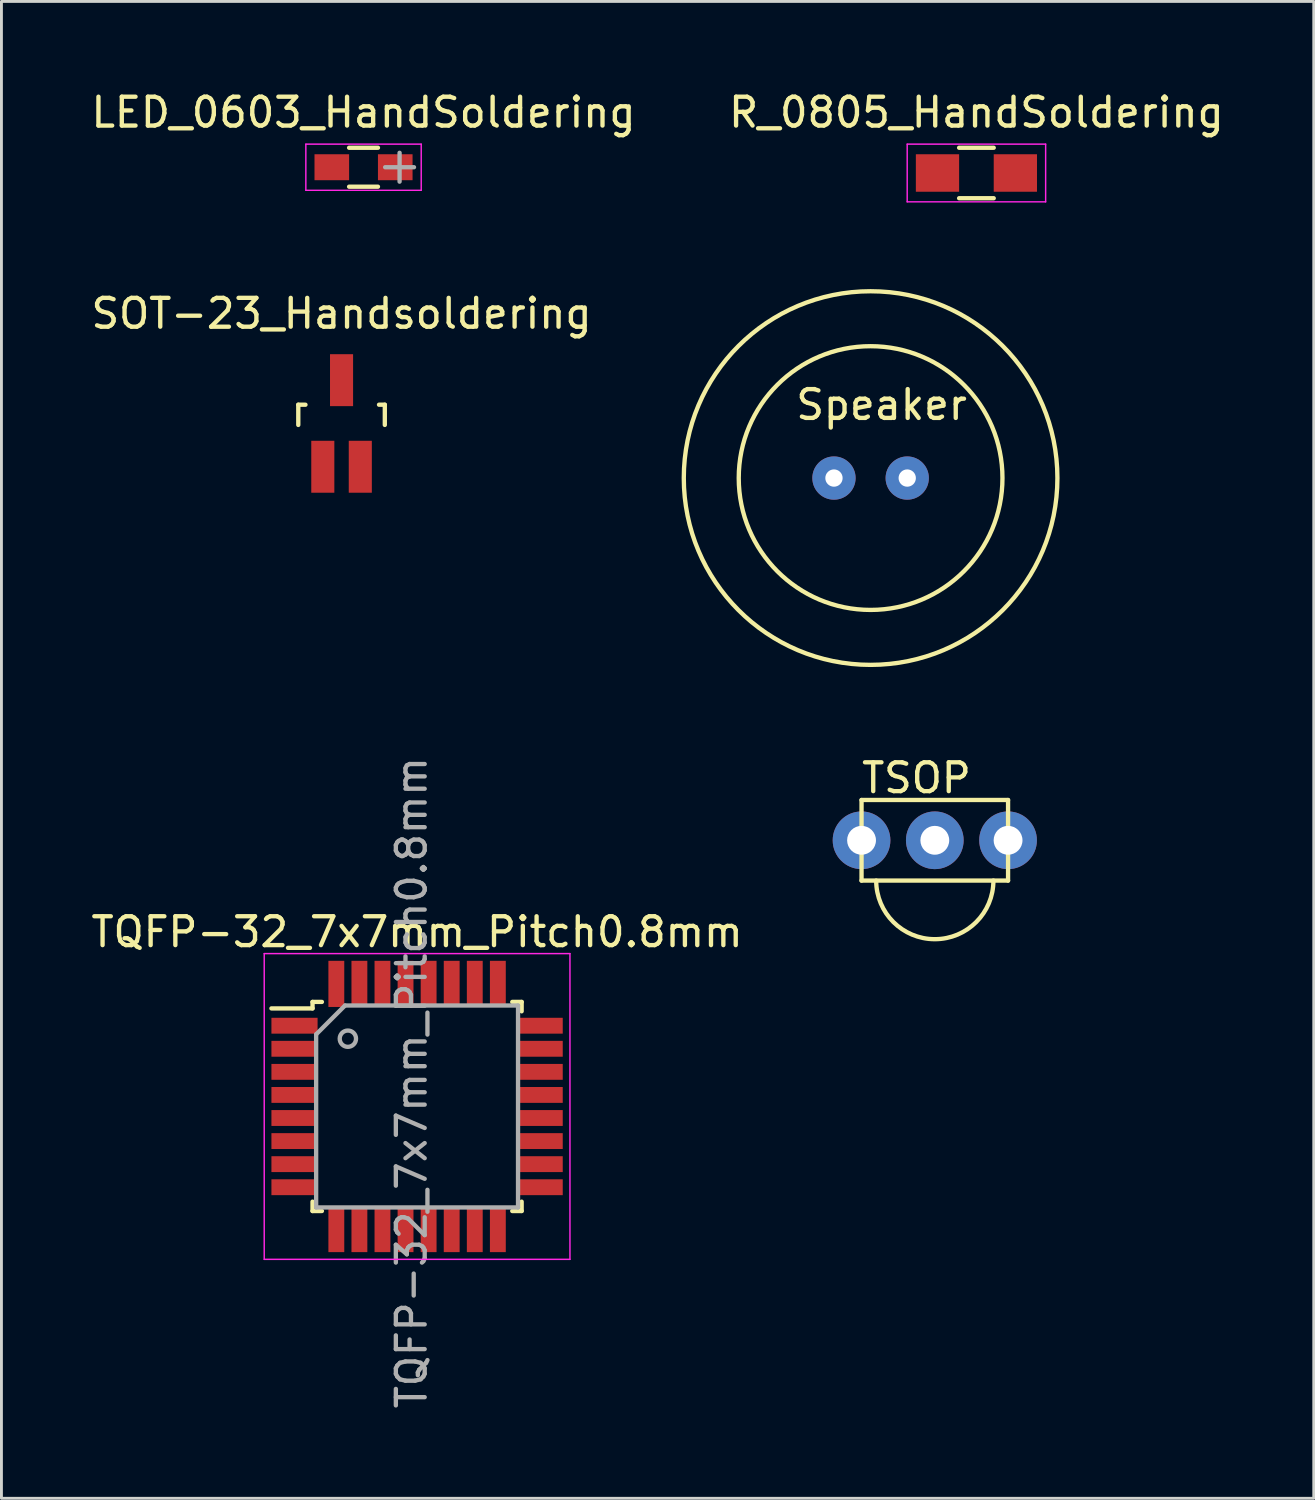
<source format=kicad_pcb>
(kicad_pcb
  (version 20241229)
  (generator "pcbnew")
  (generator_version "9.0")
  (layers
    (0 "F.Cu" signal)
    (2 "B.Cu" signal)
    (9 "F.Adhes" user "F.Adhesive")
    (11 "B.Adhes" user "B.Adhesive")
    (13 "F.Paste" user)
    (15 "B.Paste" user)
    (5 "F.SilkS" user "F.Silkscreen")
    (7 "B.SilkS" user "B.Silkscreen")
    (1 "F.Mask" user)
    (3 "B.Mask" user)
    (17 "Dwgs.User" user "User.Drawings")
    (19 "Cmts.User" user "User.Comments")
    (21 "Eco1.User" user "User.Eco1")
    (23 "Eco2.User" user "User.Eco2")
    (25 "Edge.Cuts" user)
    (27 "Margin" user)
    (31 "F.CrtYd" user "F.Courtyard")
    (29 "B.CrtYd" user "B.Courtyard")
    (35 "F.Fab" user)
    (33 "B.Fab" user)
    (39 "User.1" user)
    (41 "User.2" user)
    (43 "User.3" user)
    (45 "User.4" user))
  (footprint "R_0805_HandSoldering"
    (layer "F.Cu")
    (at 30.804 2.948)
    (property "Reference" "R_0805_HandSoldering" (at 0 -2.1 0) (layer "F.SilkS") (effects (font (size 1 1) (thickness 0.15))))
    (attr smd)
    (fp_line (start -0.6 -0.875) (end 0.6 -0.875) (stroke (width 0.15) (type solid)) (layer "F.SilkS"))
    (fp_line (start 0.6 0.875) (end -0.6 0.875) (stroke (width 0.15) (type solid)) (layer "F.SilkS"))
    (fp_line (start -2.4 -1) (end -2.4 1) (stroke (width 0.05) (type solid)) (layer "F.CrtYd"))
    (fp_line (start -2.4 -1) (end 2.4 -1) (stroke (width 0.05) (type solid)) (layer "F.CrtYd"))
    (fp_line (start -2.4 1) (end 2.4 1) (stroke (width 0.05) (type solid)) (layer "F.CrtYd"))
    (fp_line (start 2.4 -1) (end 2.4 1) (stroke (width 0.05) (type solid)) (layer "F.CrtYd"))
    (pad "1" smd rect (at -1.35 0) (size 1.5 1.3) (layers "F.Cu" "F.Mask" "F.Paste"))
    (pad "2" smd rect (at 1.35 0) (size 1.5 1.3) (layers "F.Cu" "F.Mask" "F.Paste")))
  (footprint "LED_0603_HandSoldering"
    (layer "F.Cu")
    (at 9.554 2.748)
    (property "Reference" "LED_0603_HandSoldering" (at 0 -1.9 0) (layer "F.SilkS") (effects (font (size 1 1) (thickness 0.15))))
    (attr smd)
    (fp_line (start -0.5 -0.675) (end 0.5 -0.675) (stroke (width 0.15) (type solid)) (layer "F.SilkS"))
    (fp_line (start 0.5 0.675) (end -0.5 0.675) (stroke (width 0.15) (type solid)) (layer "F.SilkS"))
    (fp_line (start -2 -0.8) (end -2 0.8) (stroke (width 0.05) (type solid)) (layer "F.CrtYd"))
    (fp_line (start -2 -0.8) (end 2 -0.8) (stroke (width 0.05) (type solid)) (layer "F.CrtYd"))
    (fp_line (start -2 0.8) (end 2 0.8) (stroke (width 0.05) (type solid)) (layer "F.CrtYd"))
    (fp_line (start 2 -0.8) (end 2 0.8) (stroke (width 0.05) (type solid)) (layer "F.CrtYd"))
    (fp_line (start 0.75 0) (end 1.75 0) (stroke (width 0.15) (type solid)) (layer "F.Fab"))
    (fp_line (start 1.25 -0.5) (end 1.25 0.5) (stroke (width 0.15) (type solid)) (layer "F.Fab"))
    (pad "1" smd rect (at -1.1 0) (size 1.2 0.9) (layers "F.Cu" "F.Mask" "F.Paste"))
    (pad "2" smd rect (at 1.1 0) (size 1.2 0.9) (layers "F.Cu" "F.Mask" "F.Paste")))
  (footprint "TQFP-32_7x7mm_Pitch0.8mm"
    (layer "F.Cu")
    (at 11.411 35.313)
    (property "Reference" "TQFP-32_7x7mm_Pitch0.8mm" (at 0 -6.05 0) (layer "F.SilkS") (effects (font (size 1 1) (thickness 0.15))))
    (attr smd)
    (fp_line (start -3.625 -3.625) (end -3.625 -3.4) (stroke (width 0.15) (type solid)) (layer "F.SilkS"))
    (fp_line (start -3.625 -3.625) (end -3.3 -3.625) (stroke (width 0.15) (type solid)) (layer "F.SilkS"))
    (fp_line (start -3.625 -3.4) (end -5.05 -3.4) (stroke (width 0.15) (type solid)) (layer "F.SilkS"))
    (fp_line (start -3.625 3.625) (end -3.625 3.3) (stroke (width 0.15) (type solid)) (layer "F.SilkS"))
    (fp_line (start -3.625 3.625) (end -3.3 3.625) (stroke (width 0.15) (type solid)) (layer "F.SilkS"))
    (fp_line (start 3.625 -3.625) (end 3.3 -3.625) (stroke (width 0.15) (type solid)) (layer "F.SilkS"))
    (fp_line (start 3.625 -3.625) (end 3.625 -3.3) (stroke (width 0.15) (type solid)) (layer "F.SilkS"))
    (fp_line (start 3.625 3.625) (end 3.3 3.625) (stroke (width 0.15) (type solid)) (layer "F.SilkS"))
    (fp_line (start 3.625 3.625) (end 3.625 3.3) (stroke (width 0.15) (type solid)) (layer "F.SilkS"))
    (fp_line (start -5.3 -5.3) (end -5.3 5.3) (stroke (width 0.05) (type solid)) (layer "F.CrtYd"))
    (fp_line (start -5.3 -5.3) (end 5.3 -5.3) (stroke (width 0.05) (type solid)) (layer "F.CrtYd"))
    (fp_line (start -5.3 5.3) (end 5.3 5.3) (stroke (width 0.05) (type solid)) (layer "F.CrtYd"))
    (fp_line (start 5.3 -5.3) (end 5.3 5.3) (stroke (width 0.05) (type solid)) (layer "F.CrtYd"))
    (fp_line (start -3.5 -2.5) (end -2.5 -3.5) (stroke (width 0.15) (type solid)) (layer "F.Fab"))
    (fp_line (start -3.5 3.5) (end -3.5 -2.5) (stroke (width 0.15) (type solid)) (layer "F.Fab"))
    (fp_line (start -2.5 -3.5) (end 3.5 -3.5) (stroke (width 0.15) (type solid)) (layer "F.Fab"))
    (fp_line (start 3.5 -3.5) (end 3.5 3.5) (stroke (width 0.15) (type solid)) (layer "F.Fab"))
    (fp_line (start 3.5 3.5) (end -3.5 3.5) (stroke (width 0.15) (type solid)) (layer "F.Fab"))
    (fp_circle (center -2.4 -2.35) (end -2.2 -2.15) (stroke (width 0.15) (type solid)) (fill no) (layer "F.Fab"))
    (fp_text user "${REFERENCE}" (at -0.191 -0.826 270) (layer "F.Fab") (effects (font (size 1 1) (thickness 0.15))))
    (pad "1" smd rect (at -4.25 -2.8) (size 1.6 0.55) (layers "F.Cu" "F.Mask" "F.Paste"))
    (pad "2" smd rect (at -4.25 -2) (size 1.6 0.55) (layers "F.Cu" "F.Mask" "F.Paste"))
    (pad "3" smd rect (at -4.25 -1.2) (size 1.6 0.55) (layers "F.Cu" "F.Mask" "F.Paste"))
    (pad "4" smd rect (at -4.25 -0.4) (size 1.6 0.55) (layers "F.Cu" "F.Mask" "F.Paste"))
    (pad "5" smd rect (at -4.25 0.4) (size 1.6 0.55) (layers "F.Cu" "F.Mask" "F.Paste"))
    (pad "6" smd rect (at -4.25 1.2) (size 1.6 0.55) (layers "F.Cu" "F.Mask" "F.Paste"))
    (pad "7" smd rect (at -4.25 2) (size 1.6 0.55) (layers "F.Cu" "F.Mask" "F.Paste"))
    (pad "8" smd rect (at -4.25 2.8) (size 1.6 0.55) (layers "F.Cu" "F.Mask" "F.Paste"))
    (pad "9" smd rect (at -2.8 4.25 90) (size 1.6 0.55) (layers "F.Cu" "F.Mask" "F.Paste"))
    (pad "10" smd rect (at -2 4.25 90) (size 1.6 0.55) (layers "F.Cu" "F.Mask" "F.Paste"))
    (pad "11" smd rect (at -1.2 4.25 90) (size 1.6 0.55) (layers "F.Cu" "F.Mask" "F.Paste"))
    (pad "12" smd rect (at -0.4 4.25 90) (size 1.6 0.55) (layers "F.Cu" "F.Mask" "F.Paste"))
    (pad "13" smd rect (at 0.4 4.25 90) (size 1.6 0.55) (layers "F.Cu" "F.Mask" "F.Paste"))
    (pad "14" smd rect (at 1.2 4.25 90) (size 1.6 0.55) (layers "F.Cu" "F.Mask" "F.Paste"))
    (pad "15" smd rect (at 2 4.25 90) (size 1.6 0.55) (layers "F.Cu" "F.Mask" "F.Paste"))
    (pad "16" smd rect (at 2.8 4.25 90) (size 1.6 0.55) (layers "F.Cu" "F.Mask" "F.Paste"))
    (pad "17" smd rect (at 4.25 2.8) (size 1.6 0.55) (layers "F.Cu" "F.Mask" "F.Paste"))
    (pad "18" smd rect (at 4.25 2) (size 1.6 0.55) (layers "F.Cu" "F.Mask" "F.Paste"))
    (pad "19" smd rect (at 4.25 1.2) (size 1.6 0.55) (layers "F.Cu" "F.Mask" "F.Paste"))
    (pad "20" smd rect (at 4.25 0.4) (size 1.6 0.55) (layers "F.Cu" "F.Mask" "F.Paste"))
    (pad "21" smd rect (at 4.25 -0.4) (size 1.6 0.55) (layers "F.Cu" "F.Mask" "F.Paste"))
    (pad "22" smd rect (at 4.25 -1.2) (size 1.6 0.55) (layers "F.Cu" "F.Mask" "F.Paste"))
    (pad "23" smd rect (at 4.25 -2) (size 1.6 0.55) (layers "F.Cu" "F.Mask" "F.Paste"))
    (pad "24" smd rect (at 4.25 -2.8) (size 1.6 0.55) (layers "F.Cu" "F.Mask" "F.Paste"))
    (pad "25" smd rect (at 2.8 -4.25 90) (size 1.6 0.55) (layers "F.Cu" "F.Mask" "F.Paste"))
    (pad "26" smd rect (at 2 -4.25 90) (size 1.6 0.55) (layers "F.Cu" "F.Mask" "F.Paste"))
    (pad "27" smd rect (at 1.2 -4.25 90) (size 1.6 0.55) (layers "F.Cu" "F.Mask" "F.Paste"))
    (pad "28" smd rect (at 0.4 -4.25 90) (size 1.6 0.55) (layers "F.Cu" "F.Mask" "F.Paste"))
    (pad "29" smd rect (at -0.4 -4.25 90) (size 1.6 0.55) (layers "F.Cu" "F.Mask" "F.Paste"))
    (pad "30" smd rect (at -1.2 -4.25 90) (size 1.6 0.55) (layers "F.Cu" "F.Mask" "F.Paste"))
    (pad "31" smd rect (at -2 -4.25 90) (size 1.6 0.55) (layers "F.Cu" "F.Mask" "F.Paste"))
    (pad "32" smd rect (at -2.8 -4.25 90) (size 1.6 0.55) (layers "F.Cu" "F.Mask" "F.Paste")))
  (footprint "Speaker"
    (layer "F.Cu")
    (at 27.135 13.525)
    (property "Reference" "Speaker" (at 0.381 -2.54 0) (layer "F.SilkS") (effects (font (size 1 1) (thickness 0.15))))
    (attr through_hole)
    (fp_circle (center 0 0) (end 4.572 0) (stroke (width 0.15) (type solid)) (fill no) (layer "F.SilkS"))
    (fp_circle (center 0 0) (end 6.477 0) (stroke (width 0.15) (type solid)) (fill no) (layer "F.SilkS"))
    (pad "1" thru_hole circle (at -1.27 0) (size 1.5 1.5) (drill 0.6) (layers "*.Cu" "*.Mask"))
    (pad "2" thru_hole circle (at 1.27 0) (size 1.5 1.5) (drill 0.6) (layers "*.Cu" "*.Mask")))
  (footprint "TSOP"
    (layer "F.Cu")
    (at 29.361 26.084)
    (property "Reference" "TSOP" (at -0.635 -2.159 0) (layer "F.SilkS") (effects (font (size 1 1) (thickness 0.15))))
    (attr through_hole)
    (fp_line (start -2.54 -1.397) (end -2.54 1.397) (stroke (width 0.15) (type solid)) (layer "F.SilkS"))
    (fp_line (start -2.54 1.397) (end 2.54 1.397) (stroke (width 0.15) (type solid)) (layer "F.SilkS"))
    (fp_line (start 2.54 -1.397) (end -2.54 -1.397) (stroke (width 0.15) (type solid)) (layer "F.SilkS"))
    (fp_line (start 2.54 1.397) (end 2.54 -1.397) (stroke (width 0.15) (type solid)) (layer "F.SilkS"))
    (fp_arc (start 2.032 1.397) (mid 0 3.429) (end -2.032 1.397) (stroke (width 0.15) (type solid)) (layer "F.SilkS"))
    (pad "1" thru_hole circle (at -2.54 0) (size 2 2) (drill 1) (layers "*.Cu" "*.Mask"))
    (pad "2" thru_hole circle (at 0 0) (size 2 2) (drill 1) (layers "*.Cu" "*.Mask"))
    (pad "3" thru_hole circle (at 2.54 0) (size 2 2) (drill 1) (layers "*.Cu" "*.Mask")))
  (footprint "SOT-23_Handsoldering"
    (layer "F.Cu")
    (at 8.792 11.632)
    (property "Reference" "SOT-23_Handsoldering" (at 0 -3.81 0) (layer "F.SilkS") (effects (font (size 1 1) (thickness 0.15))))
    (attr smd)
    (fp_line (start -1.5 -0.65) (end -1.251 -0.65) (stroke (width 0.15) (type solid)) (layer "F.SilkS"))
    (fp_line (start -1.5 0.051) (end -1.5 -0.65) (stroke (width 0.15) (type solid)) (layer "F.SilkS"))
    (fp_line (start 1.299 -0.65) (end 1.5 -0.65) (stroke (width 0.15) (type solid)) (layer "F.SilkS"))
    (fp_line (start 1.5 -0.65) (end 1.5 0.051) (stroke (width 0.15) (type solid)) (layer "F.SilkS"))
    (pad "1" smd rect (at -0.65 1.501) (size 0.8 1.801) (layers "F.Cu" "F.Mask" "F.Paste"))
    (pad "2" smd rect (at 0.65 1.501) (size 0.8 1.801) (layers "F.Cu" "F.Mask" "F.Paste"))
    (pad "3" smd rect (at 0 -1.501) (size 0.8 1.801) (layers "F.Cu" "F.Mask" "F.Paste")))
  (gr_rect
    (start -3 -3)
    (end 42.5 48.899)
    (stroke (width 0.1) (type default))
    (fill no)
    (layer "Edge.Cuts")))
</source>
